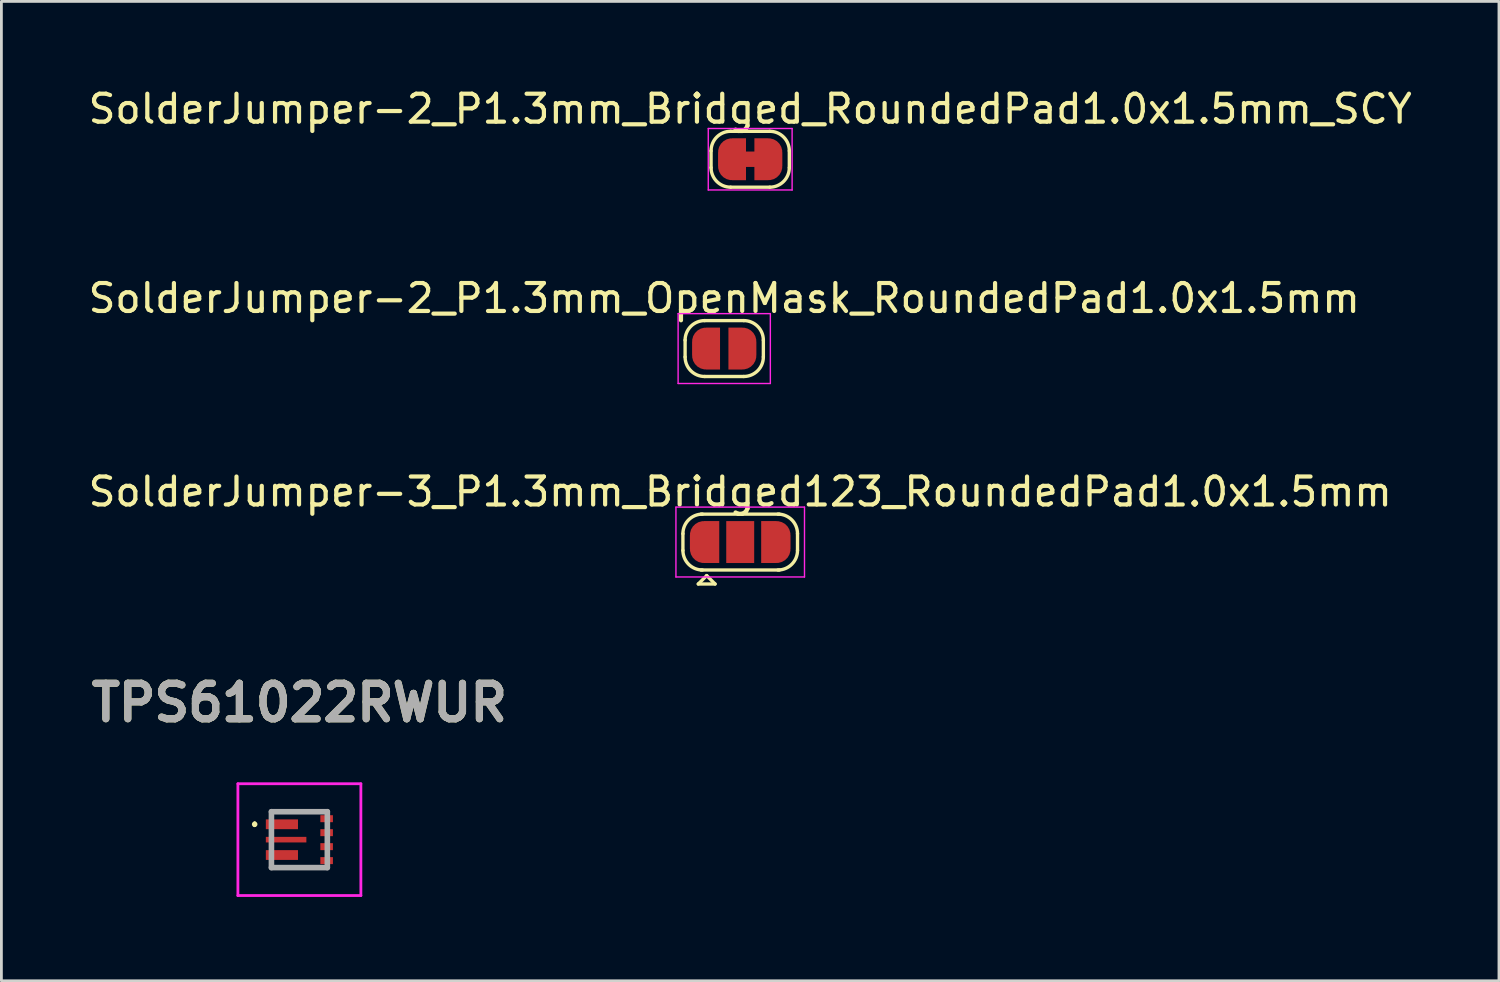
<source format=kicad_pcb>
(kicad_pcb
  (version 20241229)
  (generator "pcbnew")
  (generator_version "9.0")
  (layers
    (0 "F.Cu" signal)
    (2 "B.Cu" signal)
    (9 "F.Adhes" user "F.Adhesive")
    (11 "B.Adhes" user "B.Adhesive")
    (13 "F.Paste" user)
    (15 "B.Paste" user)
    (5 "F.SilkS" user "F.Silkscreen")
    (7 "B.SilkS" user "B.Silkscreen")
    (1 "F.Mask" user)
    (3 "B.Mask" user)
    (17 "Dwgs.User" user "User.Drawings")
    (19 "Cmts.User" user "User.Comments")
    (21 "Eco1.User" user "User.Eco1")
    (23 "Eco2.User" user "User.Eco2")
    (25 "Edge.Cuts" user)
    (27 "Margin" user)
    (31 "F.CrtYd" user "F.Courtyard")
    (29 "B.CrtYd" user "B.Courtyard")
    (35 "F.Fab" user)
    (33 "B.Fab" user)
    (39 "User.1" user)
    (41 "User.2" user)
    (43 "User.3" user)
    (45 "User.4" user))
  (footprint "SolderJumper-2_P1.3mm_OpenMask_RoundedPad1.0x1.5mm"
    (layer "F.Cu")
    (at 22.863 9.421)
    (property "Reference" "SolderJumper-2_P1.3mm_OpenMask_RoundedPad1.0x1.5mm" (at 0 -1.8 0) (layer "F.SilkS") (effects (font (size 1 1) (thickness 0.15))))
    (attr exclude_from_pos_files exclude_from_bom)
    (fp_poly (pts (xy -0.2 -0.8) (xy 0.2 -0.8) (xy 0.2 0.8) (xy -0.2 0.8)) (stroke (width 0.01) (type solid)) (fill yes) (layer "F.Mask"))
    (fp_line (start -1.4 0.3) (end -1.4 -0.3) (stroke (width 0.12) (type solid)) (layer "F.SilkS"))
    (fp_line (start -0.7 -1) (end 0.7 -1) (stroke (width 0.12) (type solid)) (layer "F.SilkS"))
    (fp_line (start 0.7 1) (end -0.7 1) (stroke (width 0.12) (type solid)) (layer "F.SilkS"))
    (fp_line (start 1.4 -0.3) (end 1.4 0.3) (stroke (width 0.12) (type solid)) (layer "F.SilkS"))
    (fp_arc (start -1.4 -0.3) (mid -1.194975 -0.794975) (end -0.7 -1) (stroke (width 0.12) (type solid)) (layer "F.SilkS"))
    (fp_arc (start -0.7 1) (mid -1.194975 0.794975) (end -1.4 0.3) (stroke (width 0.12) (type solid)) (layer "F.SilkS"))
    (fp_arc (start 0.7 -1) (mid 1.194975 -0.794975) (end 1.4 -0.3) (stroke (width 0.12) (type solid)) (layer "F.SilkS"))
    (fp_arc (start 1.4 0.3) (mid 1.194975 0.794975) (end 0.7 1) (stroke (width 0.12) (type solid)) (layer "F.SilkS"))
    (fp_line (start -1.65 -1.25) (end -1.65 1.25) (stroke (width 0.05) (type solid)) (layer "F.CrtYd"))
    (fp_line (start -1.65 -1.25) (end 1.65 -1.25) (stroke (width 0.05) (type solid)) (layer "F.CrtYd"))
    (fp_line (start 1.65 1.25) (end -1.65 1.25) (stroke (width 0.05) (type solid)) (layer "F.CrtYd"))
    (fp_line (start 1.65 1.25) (end 1.65 -1.25) (stroke (width 0.05) (type solid)) (layer "F.CrtYd"))
    (pad "1" smd custom (at -0.65 0) (size 1 0.5) (layers "F.Cu" "F.Mask") (options (anchor rect)) (primitives (gr_circle (center 0 0.25) (end 0.5 0.25) (width 0) (fill yes)) (gr_circle (center 0 -0.25) (end 0.5 -0.25) (width 0) (fill yes)) (gr_poly (pts (xy 0 -0.75) (xy 0.5 -0.75) (xy 0.5 0.75) (xy 0 0.75)) (width 0) (fill yes))))
    (pad "2" smd custom (at 0.65 0) (size 1 0.5) (layers "F.Cu" "F.Mask") (options (anchor rect)) (primitives (gr_circle (center 0 0.25) (end 0.5 0.25) (width 0) (fill yes)) (gr_circle (center 0 -0.25) (end 0.5 -0.25) (width 0) (fill yes)) (gr_poly (pts (xy 0 -0.75) (xy -0.5 -0.75) (xy -0.5 0.75) (xy 0 0.75)) (width 0) (fill yes)))))
  (footprint "TPS61022RWUR"
    (layer "F.Cu")
    (at 7.662 26.993)
    (property "Reference" "TPS61022RWUR" (at 0 -4.9 0) (layer "F.SilkS") (effects (font (size 1.27 1.27) (thickness 0.254))))
    (attr smd)
    (fp_line (start -1.6 -0.6) (end -1.6 -0.6) (stroke (width 0.1) (type solid)) (layer "F.SilkS"))
    (fp_line (start -1.6 -0.5) (end -1.6 -0.5) (stroke (width 0.1) (type solid)) (layer "F.SilkS"))
    (fp_line (start -1 -1) (end 1 -1) (stroke (width 0.1) (type solid)) (layer "F.SilkS"))
    (fp_line (start -1 1) (end 1 1) (stroke (width 0.1) (type solid)) (layer "F.SilkS"))
    (fp_arc (start -1.6 -0.6) (mid -1.55 -0.55) (end -1.6 -0.5) (stroke (width 0.1) (type solid)) (layer "F.SilkS"))
    (fp_arc (start -1.6 -0.5) (mid -1.65 -0.55) (end -1.6 -0.6) (stroke (width 0.1) (type solid)) (layer "F.SilkS"))
    (fp_line (start -2.2 -2) (end 2.2 -2) (stroke (width 0.1) (type solid)) (layer "F.CrtYd"))
    (fp_line (start -2.2 2) (end -2.2 -2) (stroke (width 0.1) (type solid)) (layer "F.CrtYd"))
    (fp_line (start 2.2 -2) (end 2.2 2) (stroke (width 0.1) (type solid)) (layer "F.CrtYd"))
    (fp_line (start 2.2 2) (end -2.2 2) (stroke (width 0.1) (type solid)) (layer "F.CrtYd"))
    (fp_line (start -1 -1) (end 1 -1) (stroke (width 0.2) (type solid)) (layer "F.Fab"))
    (fp_line (start -1 1) (end -1 -1) (stroke (width 0.2) (type solid)) (layer "F.Fab"))
    (fp_line (start 1 -1) (end 1 1) (stroke (width 0.2) (type solid)) (layer "F.Fab"))
    (fp_line (start 1 1) (end -1 1) (stroke (width 0.2) (type solid)) (layer "F.Fab"))
    (fp_text user "${REFERENCE}" (at 0 -4.9 0) (layer "F.Fab") (effects (font (size 1.27 1.27) (thickness 0.254))))
    (pad "1" smd rect (at -0.625 -0.55 90) (size 0.35 1.15) (layers "F.Cu" "F.Mask" "F.Paste"))
    (pad "2" smd rect (at -0.475 0 90) (size 0.2 1.45) (layers "F.Cu" "F.Mask" "F.Paste"))
    (pad "3" smd rect (at -0.625 0.55 90) (size 0.35 1.15) (layers "F.Cu" "F.Mask" "F.Paste"))
    (pad "4" smd rect (at 0.975 0.75 90) (size 0.25 0.45) (layers "F.Cu" "F.Mask" "F.Paste"))
    (pad "5" smd rect (at 0.975 0.25 90) (size 0.25 0.45) (layers "F.Cu" "F.Mask" "F.Paste"))
    (pad "6" smd rect (at 0.975 -0.25 90) (size 0.25 0.45) (layers "F.Cu" "F.Mask" "F.Paste"))
    (pad "7" smd rect (at 0.975 -0.75 90) (size 0.25 0.45) (layers "F.Cu" "F.Mask" "F.Paste")))
  (footprint "SolderJumper-3_P1.3mm_Bridged123_RoundedPad1.0x1.5mm"
    (layer "F.Cu")
    (at 23.435 16.345)
    (property "Reference" "SolderJumper-3_P1.3mm_Bridged123_RoundedPad1.0x1.5mm" (at 0 -1.8 0) (layer "F.SilkS") (effects (font (size 1 1) (thickness 0.15))))
    (attr exclude_from_pos_files exclude_from_bom)
    (fp_line (start -2.05 0.3) (end -2.05 -0.3) (stroke (width 0.12) (type solid)) (layer "F.SilkS"))
    (fp_line (start -1.5 1.5) (end -0.9 1.5) (stroke (width 0.12) (type solid)) (layer "F.SilkS"))
    (fp_line (start -1.4 -1) (end 1.4 -1) (stroke (width 0.12) (type solid)) (layer "F.SilkS"))
    (fp_line (start -1.2 1.2) (end -1.5 1.5) (stroke (width 0.12) (type solid)) (layer "F.SilkS"))
    (fp_line (start -1.2 1.2) (end -0.9 1.5) (stroke (width 0.12) (type solid)) (layer "F.SilkS"))
    (fp_line (start 1.4 1) (end -1.4 1) (stroke (width 0.12) (type solid)) (layer "F.SilkS"))
    (fp_line (start 2.05 -0.3) (end 2.05 0.3) (stroke (width 0.12) (type solid)) (layer "F.SilkS"))
    (fp_arc (start -2.05 -0.3) (mid -1.844975 -0.794975) (end -1.35 -1) (stroke (width 0.12) (type solid)) (layer "F.SilkS"))
    (fp_arc (start -1.35 1) (mid -1.844975 0.794975) (end -2.05 0.3) (stroke (width 0.12) (type solid)) (layer "F.SilkS"))
    (fp_arc (start 1.35 -1) (mid 1.844975 -0.794975) (end 2.05 -0.3) (stroke (width 0.12) (type solid)) (layer "F.SilkS"))
    (fp_arc (start 2.05 0.3) (mid 1.844975 0.794975) (end 1.35 1) (stroke (width 0.12) (type solid)) (layer "F.SilkS"))
    (fp_poly (pts (xy -0.8 -0.2) (xy -0.4 -0.2) (xy -0.4 0.2) (xy -0.8 0.2)) (stroke (width 0.15) (type solid)) (fill yes) (layer "F.Paste"))
    (fp_poly (pts (xy 0.4 -0.2) (xy 0.8 -0.2) (xy 0.8 0.2) (xy 0.4 0.2)) (stroke (width 0.15) (type solid)) (fill yes) (layer "F.Paste"))
    (fp_line (start -2.3 -1.25) (end -2.3 1.25) (stroke (width 0.05) (type solid)) (layer "F.CrtYd"))
    (fp_line (start -2.3 -1.25) (end 2.3 -1.25) (stroke (width 0.05) (type solid)) (layer "F.CrtYd"))
    (fp_line (start 2.3 1.25) (end -2.3 1.25) (stroke (width 0.05) (type solid)) (layer "F.CrtYd"))
    (fp_line (start 2.3 1.25) (end 2.3 -1.25) (stroke (width 0.05) (type solid)) (layer "F.CrtYd"))
    (pad "1" smd custom (at -1.3 0) (size 1 0.5) (layers "F.Cu" "F.Mask") (options (anchor rect)) (primitives (gr_circle (center 0 0.25) (end 0.5 0.25) (width 0) (fill yes)) (gr_circle (center 0 -0.25) (end 0.5 -0.25) (width 0) (fill yes)) (gr_poly (pts (xy 0.55 -0.75) (xy 0 -0.75) (xy 0 0.75) (xy 0.55 0.75)) (width 0) (fill yes))))
    (pad "2" smd rect (at 0 0) (size 1 1.5) (layers "F.Cu" "F.Mask"))
    (pad "3" smd custom (at 1.3 0) (size 1 0.5) (layers "F.Cu" "F.Mask") (options (anchor rect)) (primitives (gr_circle (center 0 0.25) (end 0.5 0.25) (width 0) (fill yes)) (gr_circle (center 0 -0.25) (end 0.5 -0.25) (width 0) (fill yes)) (gr_poly (pts (xy -0.55 -0.75) (xy 0 -0.75) (xy 0 0.75) (xy -0.55 0.75)) (width 0) (fill yes)))))
  (footprint "SolderJumper-2_P1.3mm_Bridged_RoundedPad1.0x1.5mm_SCY"
    (layer "F.Cu")
    (at 23.792 2.648)
    (property "Reference" "SolderJumper-2_P1.3mm_Bridged_RoundedPad1.0x1.5mm_SCY" (at 0 -1.8 0) (layer "F.SilkS") (effects (font (size 1 1) (thickness 0.15))))
    (attr exclude_from_pos_files exclude_from_bom)
    (fp_poly (pts (xy -0.2 -0.2) (xy 0.2 -0.2) (xy 0.2 0.2) (xy -0.2 0.2)) (stroke (width 0.15) (type solid)) (fill yes) (layer "F.Cu"))
    (fp_line (start -1.4 0.3) (end -1.4 -0.3) (stroke (width 0.12) (type solid)) (layer "F.SilkS"))
    (fp_line (start -0.7 -1) (end 0.7 -1) (stroke (width 0.12) (type solid)) (layer "F.SilkS"))
    (fp_line (start 0.7 1) (end -0.7 1) (stroke (width 0.12) (type solid)) (layer "F.SilkS"))
    (fp_line (start 1.4 -0.3) (end 1.4 0.3) (stroke (width 0.12) (type solid)) (layer "F.SilkS"))
    (fp_arc (start -1.4 -0.3) (mid -1.194975 -0.794975) (end -0.7 -1) (stroke (width 0.12) (type solid)) (layer "F.SilkS"))
    (fp_arc (start -0.7 1) (mid -1.194975 0.794975) (end -1.4 0.3) (stroke (width 0.12) (type solid)) (layer "F.SilkS"))
    (fp_arc (start 0.7 -1) (mid 1.194975 -0.794975) (end 1.4 -0.3) (stroke (width 0.12) (type solid)) (layer "F.SilkS"))
    (fp_arc (start 1.4 0.3) (mid 1.194975 0.794975) (end 0.7 1) (stroke (width 0.12) (type solid)) (layer "F.SilkS"))
    (fp_line (start -1.5 -1.1) (end -1.5 1.1) (stroke (width 0.05) (type solid)) (layer "F.CrtYd"))
    (fp_line (start -1.5 -1.1) (end 1.5 -1.1) (stroke (width 0.05) (type solid)) (layer "F.CrtYd"))
    (fp_line (start 1.5 1.1) (end -1.5 1.1) (stroke (width 0.05) (type solid)) (layer "F.CrtYd"))
    (fp_line (start 1.5 1.1) (end 1.5 -1.1) (stroke (width 0.05) (type solid)) (layer "F.CrtYd"))
    (pad "1" smd custom (at -0.65 0) (size 1 0.5) (layers "F.Cu" "F.Mask") (options (anchor rect)) (primitives (gr_poly (pts (xy 0 -0.75) (xy 0.5 -0.75) (xy 0.5 0.75) (xy 0 0.75)) (width 0) (fill yes)) (gr_circle (center 0 -0.25) (end 0.5 -0.25) (width 0) (fill yes)) (gr_circle (center 0 0.25) (end 0.5 0.25) (width 0) (fill yes))))
    (pad "2" smd custom (at 0.65 0) (size 1 0.5) (layers "F.Cu" "F.Mask") (options (anchor rect)) (primitives (gr_circle (center 0 0.25) (end 0.5 0.25) (width 0) (fill yes)) (gr_circle (center 0 -0.25) (end 0.5 -0.25) (width 0) (fill yes)) (gr_poly (pts (xy 0 -0.75) (xy -0.5 -0.75) (xy -0.5 0.75) (xy 0 0.75)) (width 0) (fill yes)))))
  (gr_rect
    (start -3 -3)
    (end 50.583 32.043)
    (stroke (width 0.1) (type default))
    (fill no)
    (layer "Edge.Cuts")))
</source>
